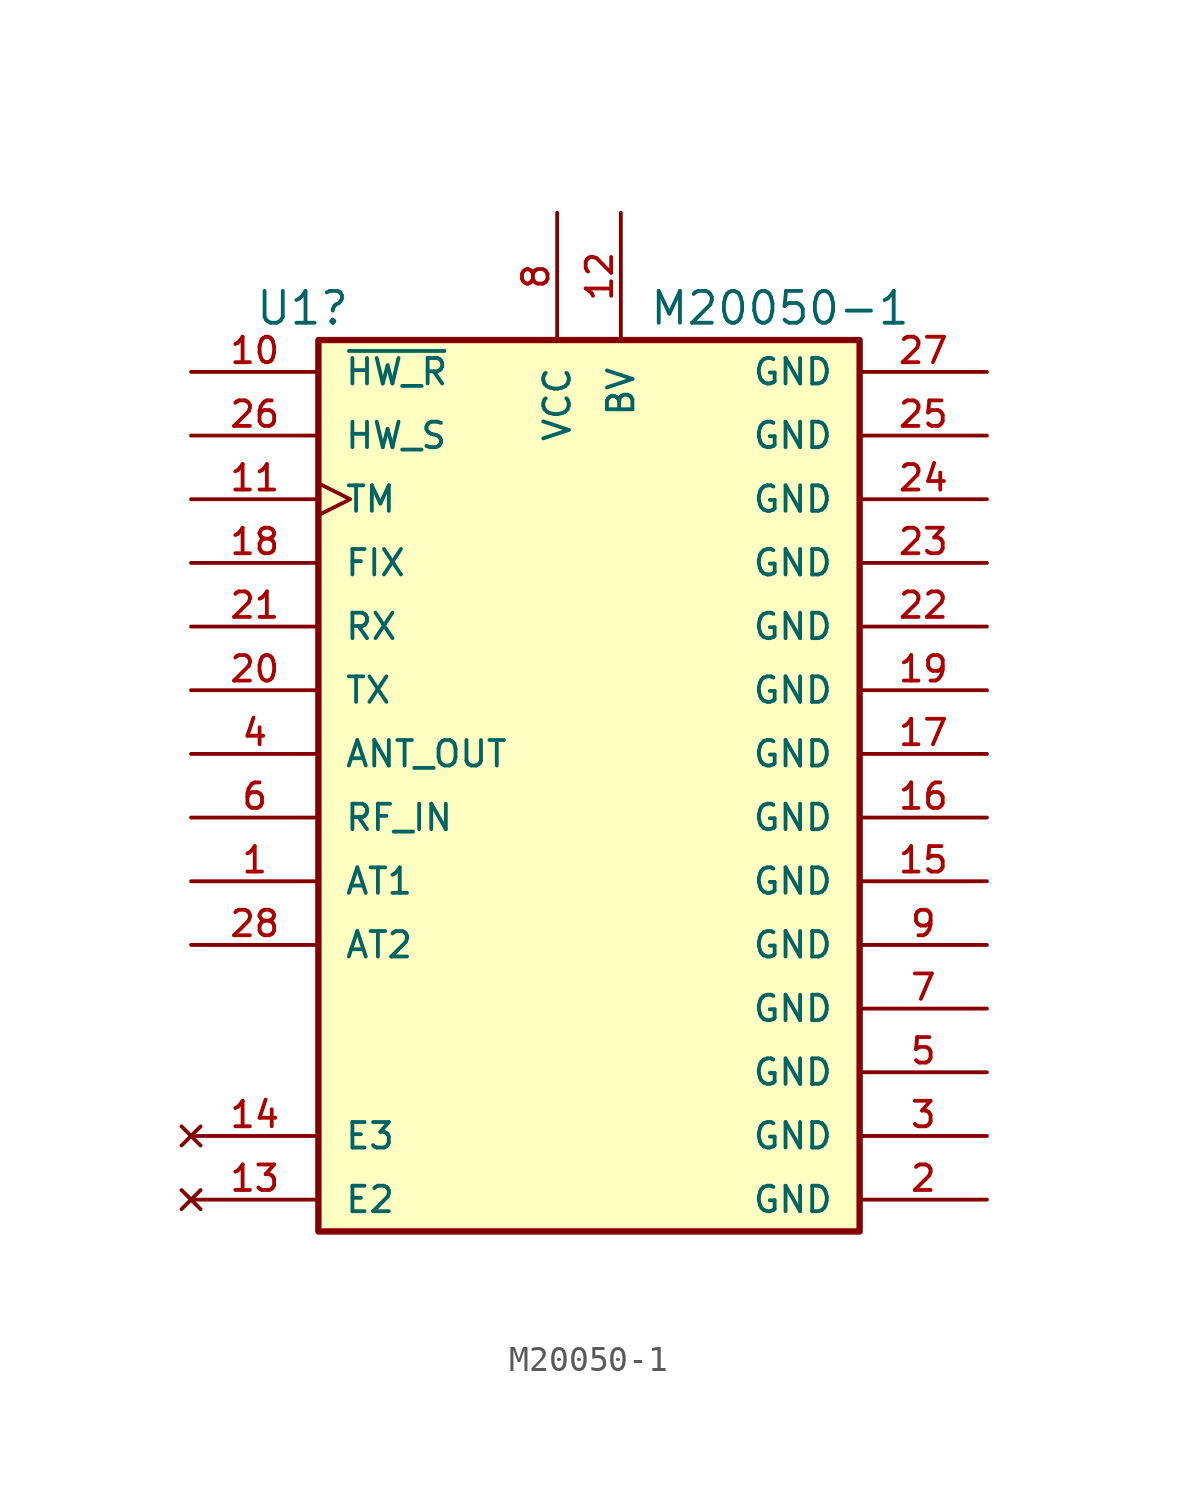
<source format=kicad_sym>
(kicad_symbol_lib
  (version 20211014)
  (generator kicad_symbol_editor)
  (symbol "M20050-1"
    (pin_names
      (offset 1.016))
    (property "Reference" "U1"
      (at -11.43 19.05 0)
      (effects (font (size 1.27 1.27))))
    (property "Value" "M20050-1"
      (at 7.62 19.05 0)
      (effects (font (size 1.27 1.27))))
    (symbol "M20050-1_0_0"
      (rectangle (start -10.795 17.78) (end 10.795 -17.78) (stroke (width 0.254) (type default) (color 0 0 0 0)) (fill (type background)))
      (pin passive line (at -15.875 -3.81 0) (length 5.08) (name "AT1" (effects (font (size 1.016 1.016)))) (number "1" (effects (font (size 1.016 1.016)))))
      (pin input line (at -15.875 16.51 0) (length 5.08) (name "~{HW_R}" (effects (font (size 1.016 1.016)))) (number "10" (effects (font (size 1.016 1.016)))))
      (pin output clock (at -15.875 11.43 0) (length 5.08) (name "TM" (effects (font (size 1.016 1.016)))) (number "11" (effects (font (size 1.016 1.016)))))
      (pin power_in line (at 1.27 22.86 270) (length 5.08) (name "BV" (effects (font (size 1.016 1.016)))) (number "12" (effects (font (size 1.016 1.016)))))
      (pin no_connect line (at -15.875 -16.51 0) (length 5.08) (name "E2" (effects (font (size 1.016 1.016)))) (number "13" (effects (font (size 1.016 1.016)))))
      (pin no_connect line (at -15.875 -13.97 0) (length 5.08) (name "E3" (effects (font (size 1.016 1.016)))) (number "14" (effects (font (size 1.016 1.016)))))
      (pin power_in line (at 15.875 -3.81 180) (length 5.08) (name "GND" (effects (font (size 1.016 1.016)))) (number "15" (effects (font (size 1.016 1.016)))))
      (pin power_in line (at 15.875 -1.27 180) (length 5.08) (name "GND" (effects (font (size 1.016 1.016)))) (number "16" (effects (font (size 1.016 1.016)))))
      (pin power_in line (at 15.875 1.27 180) (length 5.08) (name "GND" (effects (font (size 1.016 1.016)))) (number "17" (effects (font (size 1.016 1.016)))))
      (pin output line (at -15.875 8.89 0) (length 5.08) (name "FIX" (effects (font (size 1.016 1.016)))) (number "18" (effects (font (size 1.016 1.016)))))
      (pin power_in line (at 15.875 3.81 180) (length 5.08) (name "GND" (effects (font (size 1.016 1.016)))) (number "19" (effects (font (size 1.016 1.016)))))
      (pin power_in line (at 15.875 -16.51 180) (length 5.08) (name "GND" (effects (font (size 1.016 1.016)))) (number "2" (effects (font (size 1.016 1.016)))))
      (pin output line (at -15.875 3.81 0) (length 5.08) (name "TX" (effects (font (size 1.016 1.016)))) (number "20" (effects (font (size 1.016 1.016)))))
      (pin input line (at -15.875 6.35 0) (length 5.08) (name "RX" (effects (font (size 1.016 1.016)))) (number "21" (effects (font (size 1.016 1.016)))))
      (pin power_in line (at 15.875 6.35 180) (length 5.08) (name "GND" (effects (font (size 1.016 1.016)))) (number "22" (effects (font (size 1.016 1.016)))))
      (pin power_in line (at 15.875 8.89 180) (length 5.08) (name "GND" (effects (font (size 1.016 1.016)))) (number "23" (effects (font (size 1.016 1.016)))))
      (pin power_in line (at 15.875 11.43 180) (length 5.08) (name "GND" (effects (font (size 1.016 1.016)))) (number "24" (effects (font (size 1.016 1.016)))))
      (pin power_in line (at 15.875 13.97 180) (length 5.08) (name "GND" (effects (font (size 1.016 1.016)))) (number "25" (effects (font (size 1.016 1.016)))))
      (pin input line (at -15.875 13.97 0) (length 5.08) (name "HW_S" (effects (font (size 1.016 1.016)))) (number "26" (effects (font (size 1.016 1.016)))))
      (pin power_in line (at 15.875 16.51 180) (length 5.08) (name "GND" (effects (font (size 1.016 1.016)))) (number "27" (effects (font (size 1.016 1.016)))))
      (pin passive line (at -15.875 -6.35 0) (length 5.08) (name "AT2" (effects (font (size 1.016 1.016)))) (number "28" (effects (font (size 1.016 1.016)))))
      (pin power_in line (at 15.875 -13.97 180) (length 5.08) (name "GND" (effects (font (size 1.016 1.016)))) (number "3" (effects (font (size 1.016 1.016)))))
      (pin output line (at -15.875 1.27 0) (length 5.08) (name "ANT_OUT" (effects (font (size 1.016 1.016)))) (number "4" (effects (font (size 1.016 1.016)))))
      (pin power_in line (at 15.875 -11.43 180) (length 5.08) (name "GND" (effects (font (size 1.016 1.016)))) (number "5" (effects (font (size 1.016 1.016)))))
      (pin input line (at -15.875 -1.27 0) (length 5.08) (name "RF_IN" (effects (font (size 1.016 1.016)))) (number "6" (effects (font (size 1.016 1.016)))))
      (pin power_in line (at 15.875 -8.89 180) (length 5.08) (name "GND" (effects (font (size 1.016 1.016)))) (number "7" (effects (font (size 1.016 1.016)))))
      (pin power_in line (at -1.27 22.86 270) (length 5.08) (name "VCC" (effects (font (size 1.016 1.016)))) (number "8" (effects (font (size 1.016 1.016)))))
      (pin power_in line (at 15.875 -6.35 180) (length 5.08) (name "GND" (effects (font (size 1.016 1.016)))) (number "9" (effects (font (size 1.016 1.016))))))))
</source>
